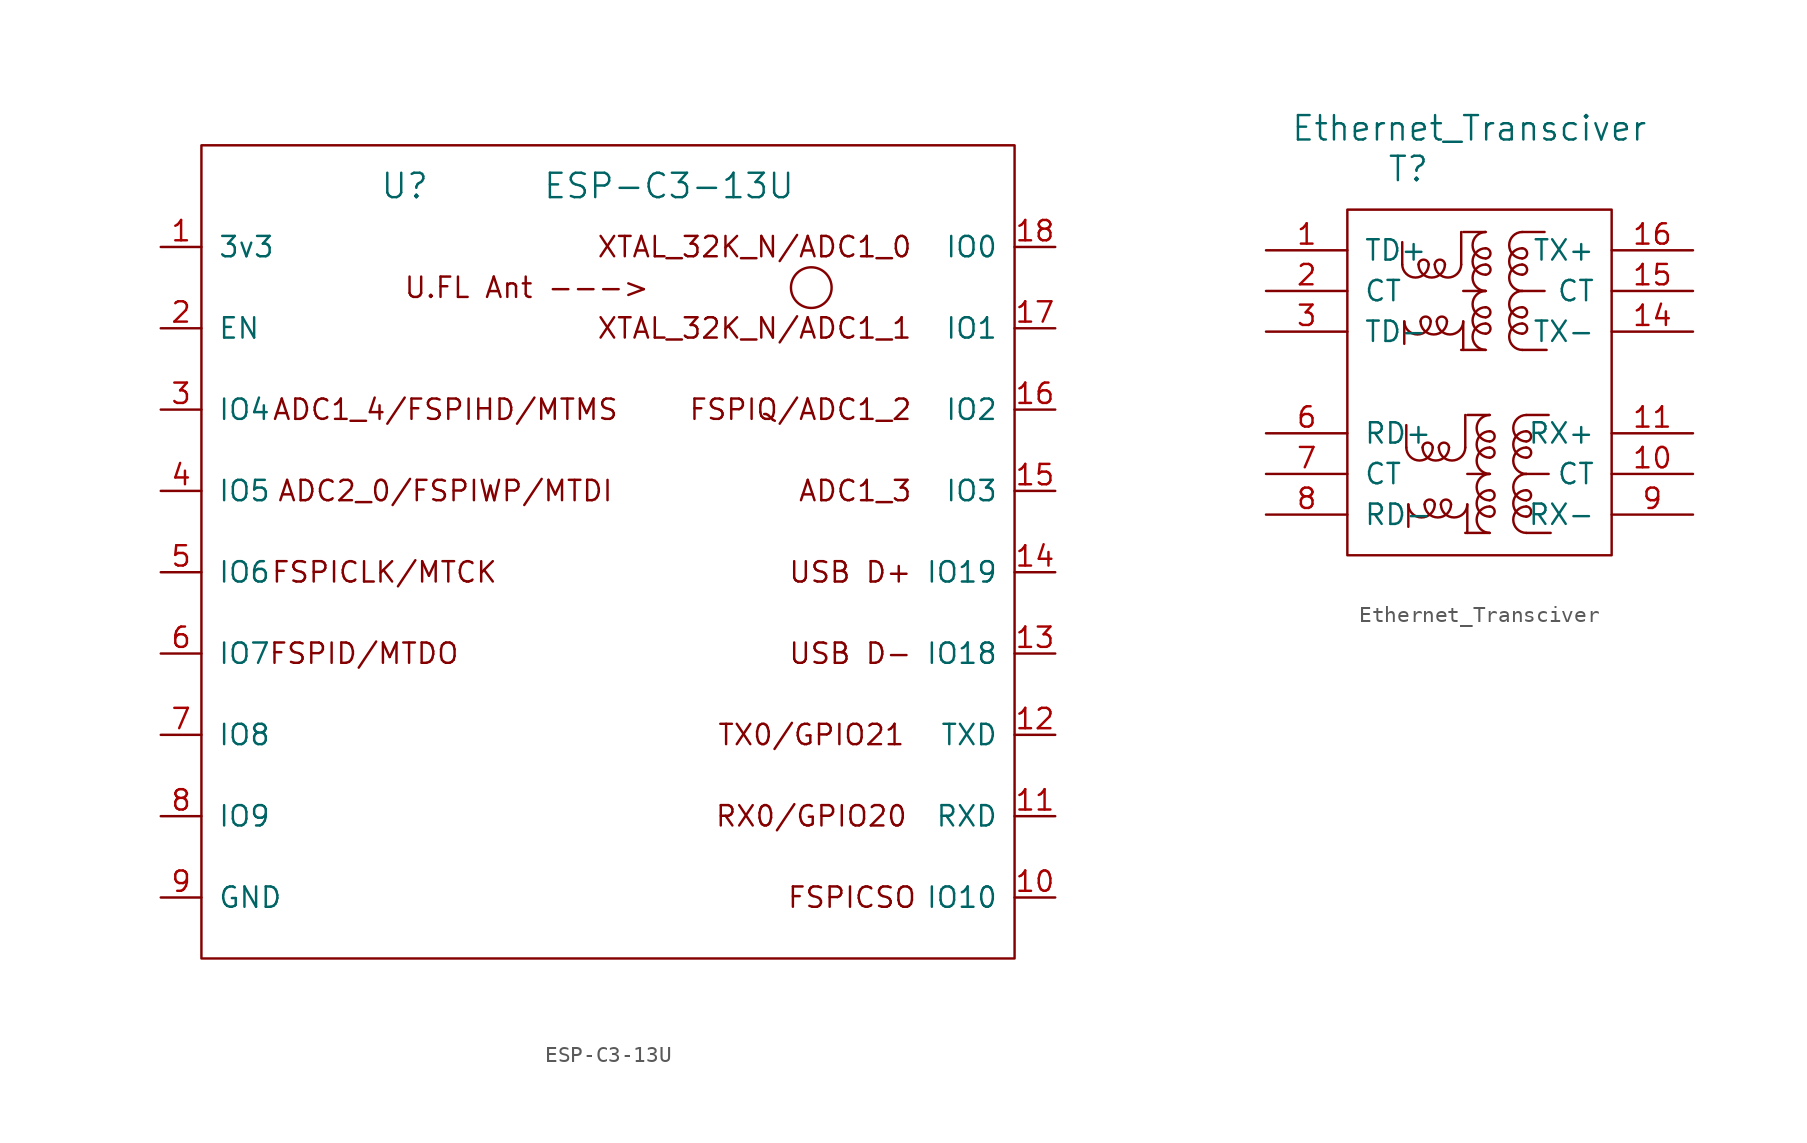
<source format=kicad_sym>
(kicad_symbol_lib
  (version 20231120)
  (generator "kicad_symbol_editor")
  (generator_version "8.0")
  (symbol "ESP-C3-13U"
    (pin_names
      (offset 1.016))
    (property "Reference" "U"
      (at -12.7 22.86 0)
      (effects (font (size 1.524 1.524))))
    (property "Value" "ESP-C3-13U"
      (at 3.81 22.86 0)
      (effects (font (size 1.524 1.524))))
    (symbol "ESP-C3-13U_0_0"
      (text "ADC1_3" (at 19.05 3.81 0) (effects (font (size 1.27 1.27)) (justify right)))
      (text "ADC1_4/FSPIHD/MTMS" (at -10.16 8.89 0) (effects (font (size 1.27 1.27))))
      (text "ADC2_0/FSPIWP/MTDI" (at -10.16 3.81 0) (effects (font (size 1.27 1.27))))
      (text "FSPICLK/MTCK" (at -13.97 -1.27 0) (effects (font (size 1.27 1.27))))
      (text "FSPICSO" (at 15.24 -21.59 0) (effects (font (size 1.27 1.27))))
      (text "FSPID/MTDO" (at -15.24 -6.35 0) (effects (font (size 1.27 1.27))))
      (text "FSPIQ/ADC1_2" (at 19.05 8.89 0) (effects (font (size 1.27 1.27)) (justify right)))
      (text "RX0/GPIO20" (at 12.7 -16.51 0) (effects (font (size 1.27 1.27))))
      (text "TX0/GPIO21" (at 12.7 -11.43 0) (effects (font (size 1.27 1.27))))
      (text "U.FL Ant --->" (at -5.08 16.51 0) (effects (font (size 1.27 1.27))))
      (text "USB D+" (at 19.05 -1.27 0) (effects (font (size 1.27 1.27)) (justify right)))
      (text "USB D-" (at 19.05 -6.35 0) (effects (font (size 1.27 1.27)) (justify right)))
      (text "XTAL_32K_N/ADC1_0" (at 19.05 19.05 0) (effects (font (size 1.27 1.27)) (justify right)))
      (text "XTAL_32K_N/ADC1_1" (at 19.05 13.97 0) (effects (font (size 1.27 1.27)) (justify right))))
    (symbol "ESP-C3-13U_0_1"
      (rectangle (start -25.4 25.4) (end 25.4 -25.4) (stroke (width 0) (type default)) (fill (type none)))
      (circle (center 12.7 16.51) (radius 1.27) (stroke (width 0) (type default)) (fill (type none))))
    (symbol "ESP-C3-13U_1_1"
      (pin power_in line (at -27.94 19.05 0) (length 2.54) (name "3v3" (effects (font (size 1.27 1.27)))) (number "1" (effects (font (size 1.27 1.27)))))
      (pin power_in line (at 27.94 -21.59 180) (length 2.54) (name "IO10" (effects (font (size 1.27 1.27)))) (number "10" (effects (font (size 1.27 1.27)))))
      (pin bidirectional line (at 27.94 -16.51 180) (length 2.54) (name "RXD" (effects (font (size 1.27 1.27)))) (number "11" (effects (font (size 1.27 1.27)))))
      (pin bidirectional line (at 27.94 -11.43 180) (length 2.54) (name "TXD" (effects (font (size 1.27 1.27)))) (number "12" (effects (font (size 1.27 1.27)))))
      (pin bidirectional line (at 27.94 -6.35 180) (length 2.54) (name "IO18" (effects (font (size 1.27 1.27)))) (number "13" (effects (font (size 1.27 1.27)))))
      (pin bidirectional line (at 27.94 -1.27 180) (length 2.54) (name "IO19" (effects (font (size 1.27 1.27)))) (number "14" (effects (font (size 1.27 1.27)))))
      (pin bidirectional line (at 27.94 3.81 180) (length 2.54) (name "IO3" (effects (font (size 1.27 1.27)))) (number "15" (effects (font (size 1.27 1.27)))))
      (pin bidirectional line (at 27.94 8.89 180) (length 2.54) (name "IO2" (effects (font (size 1.27 1.27)))) (number "16" (effects (font (size 1.27 1.27)))))
      (pin input line (at 27.94 13.97 180) (length 2.54) (name "IO1" (effects (font (size 1.27 1.27)))) (number "17" (effects (font (size 1.27 1.27)))))
      (pin power_in line (at 27.94 19.05 180) (length 2.54) (name "IO0" (effects (font (size 1.27 1.27)))) (number "18" (effects (font (size 1.27 1.27)))))
      (pin bidirectional line (at -27.94 13.97 0) (length 2.54) (name "EN" (effects (font (size 1.27 1.27)))) (number "2" (effects (font (size 1.27 1.27)))))
      (pin bidirectional line (at -27.94 8.89 0) (length 2.54) (name "IO4" (effects (font (size 1.27 1.27)))) (number "3" (effects (font (size 1.27 1.27)))))
      (pin bidirectional line (at -27.94 3.81 0) (length 2.54) (name "IO5" (effects (font (size 1.27 1.27)))) (number "4" (effects (font (size 1.27 1.27)))))
      (pin bidirectional line (at -27.94 -1.27 0) (length 2.54) (name "IO6" (effects (font (size 1.27 1.27)))) (number "5" (effects (font (size 1.27 1.27)))))
      (pin bidirectional line (at -27.94 -6.35 0) (length 2.54) (name "IO7" (effects (font (size 1.27 1.27)))) (number "6" (effects (font (size 1.27 1.27)))))
      (pin bidirectional line (at -27.94 -11.43 0) (length 2.54) (name "IO8" (effects (font (size 1.27 1.27)))) (number "7" (effects (font (size 1.27 1.27)))))
      (pin bidirectional line (at -27.94 -16.51 0) (length 2.54) (name "IO9" (effects (font (size 1.27 1.27)))) (number "8" (effects (font (size 1.27 1.27)))))
      (pin power_out line (at -27.94 -21.59 0) (length 2.54) (name "GND" (effects (font (size 1.27 1.27)))) (number "9" (effects (font (size 1.27 1.27)))))))
  (symbol "Ethernet_Transciver"
    (pin_names
      (offset 1.016))
    (property "Reference" "T"
      (at -3.81 -2.54 0)
      (effects (font (size 1.524 1.524))))
    (property "Value" "Ethernet_Transciver"
      (at 0 0 0)
      (effects (font (size 1.524 1.524))))
    (symbol "Ethernet_Transciver_0_1"
      (rectangle (start -7.62 -5.08) (end 8.89 -26.67) (stroke (width 0) (type default)) (fill (type none)))
      (arc (start -4.191 -8.509) (mid -3.3655 -9.3219) (end -2.54 -8.509) (stroke (width 0) (type default)) (fill (type none)))
      (arc (start -4.064 -12.065) (mid -3.2385 -12.8779) (end -2.413 -12.065) (stroke (width 0) (type default)) (fill (type none)))
      (arc (start -3.937 -19.939) (mid -3.1115 -20.7519) (end -2.286 -19.939) (stroke (width 0) (type default)) (fill (type none)))
      (arc (start -3.81 -23.495) (mid -2.9845 -24.3079) (end -2.159 -23.495) (stroke (width 0) (type default)) (fill (type none)))
      (arc (start -3.175 -8.509) (mid -2.3495 -9.3219) (end -1.524 -8.509) (stroke (width 0) (type default)) (fill (type none)))
      (arc (start -3.048 -12.065) (mid -2.2225 -12.8779) (end -1.397 -12.065) (stroke (width 0) (type default)) (fill (type none)))
      (arc (start -2.921 -19.939) (mid -2.0955 -20.7519) (end -1.27 -19.939) (stroke (width 0) (type default)) (fill (type none)))
      (arc (start -2.794 -23.495) (mid -1.9685 -24.3079) (end -1.143 -23.495) (stroke (width 0) (type default)) (fill (type none)))
      (arc (start -2.54 -8.509) (mid -2.8575 -8.2039) (end -3.175 -8.509) (stroke (width 0) (type default)) (fill (type none)))
      (arc (start -2.413 -12.065) (mid -2.7305 -11.7599) (end -3.048 -12.065) (stroke (width 0) (type default)) (fill (type none)))
      (arc (start -2.286 -19.939) (mid -2.6035 -19.6339) (end -2.921 -19.939) (stroke (width 0) (type default)) (fill (type none)))
      (arc (start -2.159 -23.495) (mid -2.4765 -23.1899) (end -2.794 -23.495) (stroke (width 0) (type default)) (fill (type none)))
      (arc (start -2.159 -8.509) (mid -1.3335 -9.3219) (end -0.508 -8.509) (stroke (width 0) (type default)) (fill (type none)))
      (arc (start -2.032 -12.065) (mid -1.2065 -12.8779) (end -0.381 -12.065) (stroke (width 0) (type default)) (fill (type none)))
      (arc (start -1.905 -19.939) (mid -1.0795 -20.7519) (end -0.254 -19.939) (stroke (width 0) (type default)) (fill (type none)))
      (arc (start -1.778 -23.495) (mid -0.9525 -24.3079) (end -0.127 -23.495) (stroke (width 0) (type default)) (fill (type none)))
      (arc (start -1.524 -8.509) (mid -1.8415 -8.2039) (end -2.159 -8.509) (stroke (width 0) (type default)) (fill (type none)))
      (arc (start -1.397 -12.065) (mid -1.7145 -11.7599) (end -2.032 -12.065) (stroke (width 0) (type default)) (fill (type none)))
      (arc (start -1.27 -19.939) (mid -1.5875 -19.6339) (end -1.905 -19.939) (stroke (width 0) (type default)) (fill (type none)))
      (arc (start -1.143 -23.495) (mid -1.4605 -23.1899) (end -1.778 -23.495) (stroke (width 0) (type default)) (fill (type none)))
      (polyline (pts (xy -4.191 -8.509) (xy -4.191 -7.112)) (stroke (width 0) (type default)) (fill (type none)))
      (polyline (pts (xy -4.064 -12.065) (xy -4.064 -13.462)) (stroke (width 0) (type default)) (fill (type none)))
      (polyline (pts (xy -3.937 -19.939) (xy -3.937 -18.542)) (stroke (width 0) (type default)) (fill (type none)))
      (polyline (pts (xy -3.81 -23.495) (xy -3.81 -24.892)) (stroke (width 0) (type default)) (fill (type none)))
      (polyline (pts (xy -0.508 -8.509) (xy -0.508 -6.477)) (stroke (width 0) (type default)) (fill (type none)))
      (polyline (pts (xy -0.381 -12.065) (xy -0.381 -13.843)) (stroke (width 0) (type default)) (fill (type none)))
      (polyline (pts (xy -0.254 -19.939) (xy -0.254 -17.907)) (stroke (width 0) (type default)) (fill (type none)))
      (polyline (pts (xy -0.127 -23.495) (xy -0.127 -25.273)) (stroke (width 0) (type default)) (fill (type none)))
      (polyline (pts (xy 1.016 -13.843) (xy -0.508 -13.843)) (stroke (width 0) (type default)) (fill (type none)))
      (polyline (pts (xy 1.016 -10.16) (xy -0.381 -10.16)) (stroke (width 0) (type default)) (fill (type none)))
      (polyline (pts (xy 1.016 -6.477) (xy -0.381 -6.477)) (stroke (width 0) (type default)) (fill (type none)))
      (polyline (pts (xy 1.27 -25.273) (xy -0.254 -25.273)) (stroke (width 0) (type default)) (fill (type none)))
      (polyline (pts (xy 1.27 -21.59) (xy -0.127 -21.59)) (stroke (width 0) (type default)) (fill (type none)))
      (polyline (pts (xy 1.27 -17.907) (xy -0.127 -17.907)) (stroke (width 0) (type default)) (fill (type none)))
      (polyline (pts (xy 3.302 -13.843) (xy 4.826 -13.843)) (stroke (width 0) (type default)) (fill (type none)))
      (polyline (pts (xy 3.302 -10.16) (xy 4.699 -10.16)) (stroke (width 0) (type default)) (fill (type none)))
      (polyline (pts (xy 3.302 -6.477) (xy 4.699 -6.477)) (stroke (width 0) (type default)) (fill (type none)))
      (polyline (pts (xy 3.556 -25.273) (xy 5.08 -25.273)) (stroke (width 0) (type default)) (fill (type none)))
      (polyline (pts (xy 3.556 -21.59) (xy 4.953 -21.59)) (stroke (width 0) (type default)) (fill (type none)))
      (polyline (pts (xy 3.556 -17.907) (xy 4.953 -17.907)) (stroke (width 0) (type default)) (fill (type none)))
      (arc (start 1.016 -12.827) (mid 1.3211 -12.5095) (end 1.016 -12.192) (stroke (width 0) (type default)) (fill (type none)))
      (arc (start 1.016 -12.192) (mid 0.2031 -13.0175) (end 1.016 -13.843) (stroke (width 0) (type default)) (fill (type none)))
      (arc (start 1.016 -11.811) (mid 1.3211 -11.4935) (end 1.016 -11.176) (stroke (width 0) (type default)) (fill (type none)))
      (arc (start 1.016 -11.176) (mid 0.2031 -12.0015) (end 1.016 -12.827) (stroke (width 0) (type default)) (fill (type none)))
      (arc (start 1.016 -10.16) (mid 0.2031 -10.9855) (end 1.016 -11.811) (stroke (width 0) (type default)) (fill (type none)))
      (arc (start 1.016 -9.144) (mid 1.3211 -8.8265) (end 1.016 -8.509) (stroke (width 0) (type default)) (fill (type none)))
      (arc (start 1.016 -8.509) (mid 0.2031 -9.3345) (end 1.016 -10.16) (stroke (width 0) (type default)) (fill (type none)))
      (arc (start 1.016 -8.128) (mid 1.3211 -7.8105) (end 1.016 -7.493) (stroke (width 0) (type default)) (fill (type none)))
      (arc (start 1.016 -7.493) (mid 0.2031 -8.3185) (end 1.016 -9.144) (stroke (width 0) (type default)) (fill (type none)))
      (arc (start 1.016 -6.477) (mid 0.2031 -7.3025) (end 1.016 -8.128) (stroke (width 0) (type default)) (fill (type none)))
      (arc (start 1.27 -24.257) (mid 1.5751 -23.9395) (end 1.27 -23.622) (stroke (width 0) (type default)) (fill (type none)))
      (arc (start 1.27 -23.622) (mid 0.4571 -24.4475) (end 1.27 -25.273) (stroke (width 0) (type default)) (fill (type none)))
      (arc (start 1.27 -23.241) (mid 1.5751 -22.9235) (end 1.27 -22.606) (stroke (width 0) (type default)) (fill (type none)))
      (arc (start 1.27 -22.606) (mid 0.4571 -23.4315) (end 1.27 -24.257) (stroke (width 0) (type default)) (fill (type none)))
      (arc (start 1.27 -21.59) (mid 0.4571 -22.4155) (end 1.27 -23.241) (stroke (width 0) (type default)) (fill (type none)))
      (arc (start 1.27 -20.574) (mid 1.5751 -20.2565) (end 1.27 -19.939) (stroke (width 0) (type default)) (fill (type none)))
      (arc (start 1.27 -19.939) (mid 0.4571 -20.7645) (end 1.27 -21.59) (stroke (width 0) (type default)) (fill (type none)))
      (arc (start 1.27 -19.558) (mid 1.5751 -19.2405) (end 1.27 -18.923) (stroke (width 0) (type default)) (fill (type none)))
      (arc (start 1.27 -18.923) (mid 0.4571 -19.7485) (end 1.27 -20.574) (stroke (width 0) (type default)) (fill (type none)))
      (arc (start 1.27 -17.907) (mid 0.4571 -18.7325) (end 1.27 -19.558) (stroke (width 0) (type default)) (fill (type none)))
      (arc (start 3.302 -12.827) (mid 3.6071 -12.5095) (end 3.302 -12.192) (stroke (width 0) (type default)) (fill (type none)))
      (arc (start 3.302 -12.192) (mid 2.4891 -13.0175) (end 3.302 -13.843) (stroke (width 0) (type default)) (fill (type none)))
      (arc (start 3.302 -11.811) (mid 3.6071 -11.4935) (end 3.302 -11.176) (stroke (width 0) (type default)) (fill (type none)))
      (arc (start 3.302 -11.176) (mid 2.4891 -12.0015) (end 3.302 -12.827) (stroke (width 0) (type default)) (fill (type none)))
      (arc (start 3.302 -10.16) (mid 2.4891 -10.9855) (end 3.302 -11.811) (stroke (width 0) (type default)) (fill (type none)))
      (arc (start 3.302 -9.144) (mid 3.6071 -8.8265) (end 3.302 -8.509) (stroke (width 0) (type default)) (fill (type none)))
      (arc (start 3.302 -8.509) (mid 2.4891 -9.3345) (end 3.302 -10.16) (stroke (width 0) (type default)) (fill (type none)))
      (arc (start 3.302 -8.128) (mid 3.6071 -7.8105) (end 3.302 -7.493) (stroke (width 0) (type default)) (fill (type none)))
      (arc (start 3.302 -7.493) (mid 2.4891 -8.3185) (end 3.302 -9.144) (stroke (width 0) (type default)) (fill (type none)))
      (arc (start 3.302 -6.477) (mid 2.4891 -7.3025) (end 3.302 -8.128) (stroke (width 0) (type default)) (fill (type none)))
      (arc (start 3.556 -24.257) (mid 3.8611 -23.9395) (end 3.556 -23.622) (stroke (width 0) (type default)) (fill (type none)))
      (arc (start 3.556 -23.622) (mid 2.7431 -24.4475) (end 3.556 -25.273) (stroke (width 0) (type default)) (fill (type none)))
      (arc (start 3.556 -23.241) (mid 3.8611 -22.9235) (end 3.556 -22.606) (stroke (width 0) (type default)) (fill (type none)))
      (arc (start 3.556 -22.606) (mid 2.7431 -23.4315) (end 3.556 -24.257) (stroke (width 0) (type default)) (fill (type none)))
      (arc (start 3.556 -21.59) (mid 2.7431 -22.4155) (end 3.556 -23.241) (stroke (width 0) (type default)) (fill (type none)))
      (arc (start 3.556 -20.574) (mid 3.8611 -20.2565) (end 3.556 -19.939) (stroke (width 0) (type default)) (fill (type none)))
      (arc (start 3.556 -19.939) (mid 2.7431 -20.7645) (end 3.556 -21.59) (stroke (width 0) (type default)) (fill (type none)))
      (arc (start 3.556 -19.558) (mid 3.8611 -19.2405) (end 3.556 -18.923) (stroke (width 0) (type default)) (fill (type none)))
      (arc (start 3.556 -18.923) (mid 2.7431 -19.7485) (end 3.556 -20.574) (stroke (width 0) (type default)) (fill (type none)))
      (arc (start 3.556 -17.907) (mid 2.7431 -18.7325) (end 3.556 -19.558) (stroke (width 0) (type default)) (fill (type none))))
    (symbol "Ethernet_Transciver_1_1"
      (pin input line (at -12.7 -7.62 0) (length 5.08) (name "TD+" (effects (font (size 1.27 1.27)))) (number "1" (effects (font (size 1.27 1.27)))))
      (pin input line (at 13.97 -21.59 180) (length 5.08) (name "CT" (effects (font (size 1.27 1.27)))) (number "10" (effects (font (size 1.27 1.27)))))
      (pin input line (at 13.97 -19.05 180) (length 5.08) (name "RX+" (effects (font (size 1.27 1.27)))) (number "11" (effects (font (size 1.27 1.27)))))
      (pin input line (at 13.97 -12.7 180) (length 5.08) (name "TX-" (effects (font (size 1.27 1.27)))) (number "14" (effects (font (size 1.27 1.27)))))
      (pin input line (at 13.97 -10.16 180) (length 5.08) (name "CT" (effects (font (size 1.27 1.27)))) (number "15" (effects (font (size 1.27 1.27)))))
      (pin input line (at 13.97 -7.62 180) (length 5.08) (name "TX+" (effects (font (size 1.27 1.27)))) (number "16" (effects (font (size 1.27 1.27)))))
      (pin input line (at -12.7 -10.16 0) (length 5.08) (name "CT" (effects (font (size 1.27 1.27)))) (number "2" (effects (font (size 1.27 1.27)))))
      (pin input line (at -12.7 -12.7 0) (length 5.08) (name "TD-" (effects (font (size 1.27 1.27)))) (number "3" (effects (font (size 1.27 1.27)))))
      (pin input line (at -12.7 -19.05 0) (length 5.08) (name "RD+" (effects (font (size 1.27 1.27)))) (number "6" (effects (font (size 1.27 1.27)))))
      (pin input line (at -12.7 -21.59 0) (length 5.08) (name "CT" (effects (font (size 1.27 1.27)))) (number "7" (effects (font (size 1.27 1.27)))))
      (pin input line (at -12.7 -24.13 0) (length 5.08) (name "RD-" (effects (font (size 1.27 1.27)))) (number "8" (effects (font (size 1.27 1.27)))))
      (pin input line (at 13.97 -24.13 180) (length 5.08) (name "RX-" (effects (font (size 1.27 1.27)))) (number "9" (effects (font (size 1.27 1.27))))))))
</source>
